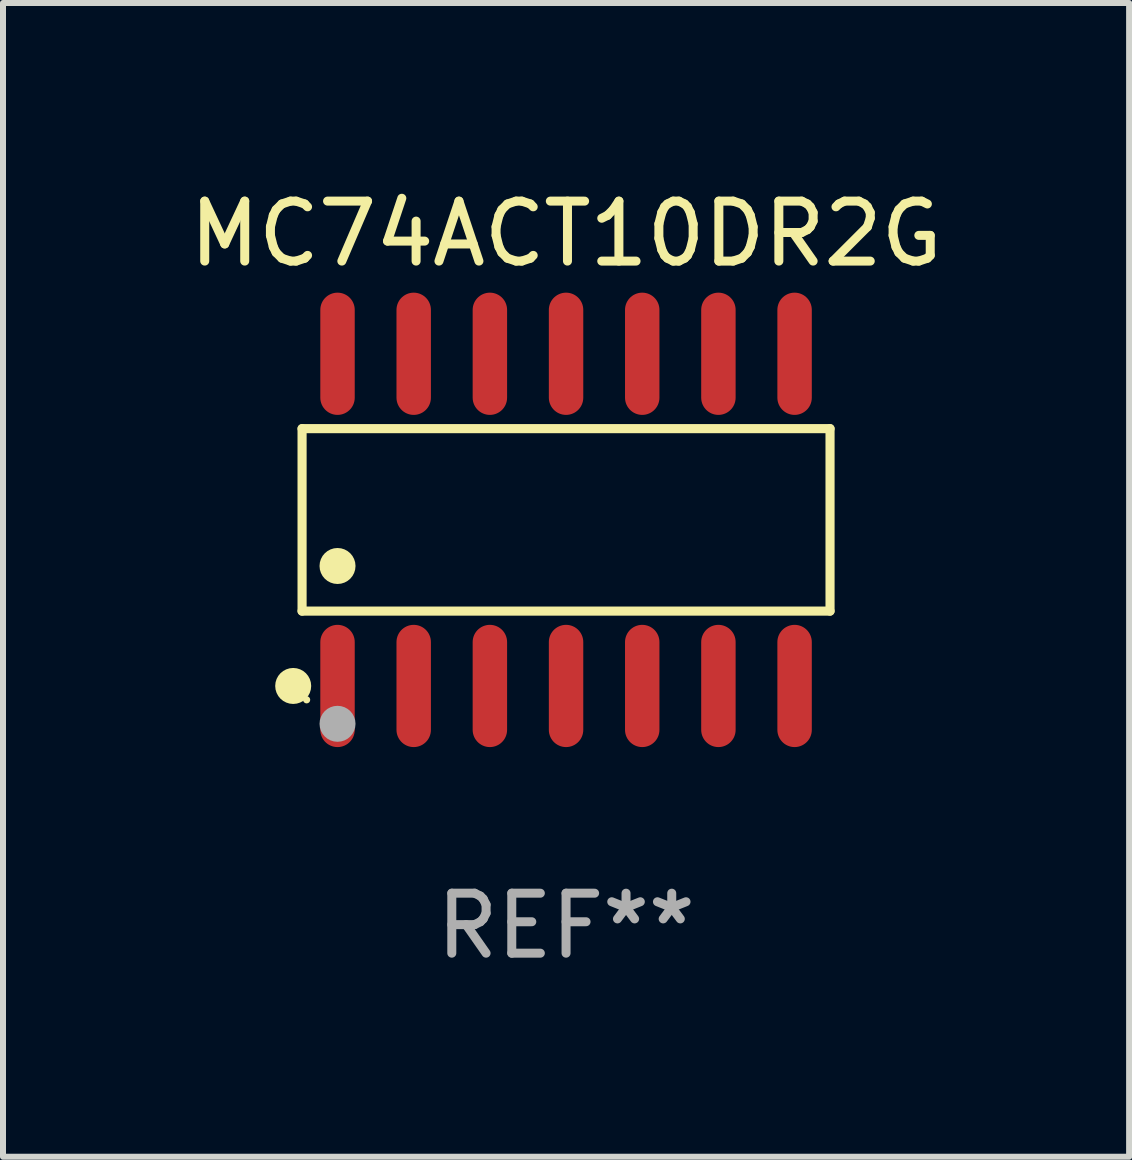
<source format=kicad_pcb>
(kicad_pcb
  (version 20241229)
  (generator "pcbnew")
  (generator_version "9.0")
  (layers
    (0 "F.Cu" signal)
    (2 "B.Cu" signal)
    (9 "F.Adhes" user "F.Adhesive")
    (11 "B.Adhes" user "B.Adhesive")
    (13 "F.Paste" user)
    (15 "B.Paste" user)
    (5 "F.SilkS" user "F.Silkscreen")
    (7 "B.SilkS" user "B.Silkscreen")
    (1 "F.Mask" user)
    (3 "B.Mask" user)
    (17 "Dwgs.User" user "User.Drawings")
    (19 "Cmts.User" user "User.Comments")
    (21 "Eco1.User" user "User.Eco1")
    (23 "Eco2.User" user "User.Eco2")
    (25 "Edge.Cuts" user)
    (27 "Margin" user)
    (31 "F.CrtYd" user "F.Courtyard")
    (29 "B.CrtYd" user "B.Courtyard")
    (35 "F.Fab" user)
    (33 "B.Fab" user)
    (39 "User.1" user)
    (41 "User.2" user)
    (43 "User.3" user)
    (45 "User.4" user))
  (footprint "MC74ACT10DR2G"
    (layer "F.Cu")
    (at 6.387 5.617)
    (property "Reference" "MC74ACT10DR2G" (at 0 -4.769 0) (layer "F.SilkS") (effects (font (size 1 1) (thickness 0.15))))
    (attr through_hole)
    (fp_line (start -4.401 -1.521) (end 4.401 -1.521) (stroke (width 0.152) (type solid)) (layer "F.SilkS"))
    (fp_line (start -4.401 1.521) (end -4.401 -1.521) (stroke (width 0.152) (type solid)) (layer "F.SilkS"))
    (fp_line (start 4.401 -1.521) (end 4.401 1.521) (stroke (width 0.152) (type solid)) (layer "F.SilkS"))
    (fp_line (start 4.401 1.521) (end -4.401 1.521) (stroke (width 0.152) (type solid)) (layer "F.SilkS"))
    (fp_circle (center -4.549 2.769) (end -4.399 2.769) (stroke (width 0.3) (type solid)) (fill no) (layer "F.SilkS"))
    (fp_circle (center -4.325 3) (end -4.295 3) (stroke (width 0.06) (type solid)) (fill no) (layer "F.SilkS"))
    (fp_circle (center -3.81 0.769) (end -3.66 0.769) (stroke (width 0.3) (type solid)) (fill no) (layer "F.SilkS"))
    (fp_circle (center -3.81 3.4) (end -3.66 3.4) (stroke (width 0.3) (type solid)) (fill no) (layer "F.Fab"))
    (fp_text user "REF**" (at 0 6.769 0) (layer "F.Fab") (effects (font (size 1 1) (thickness 0.15))))
    (pad "1" smd oval (at -3.81 2.769) (size 0.574 2.038) (layers "F.Cu" "F.Mask" "F.Paste"))
    (pad "2" smd oval (at -2.54 2.769) (size 0.574 2.038) (layers "F.Cu" "F.Mask" "F.Paste"))
    (pad "3" smd oval (at -1.27 2.769) (size 0.574 2.038) (layers "F.Cu" "F.Mask" "F.Paste"))
    (pad "4" smd oval (at 0 2.769) (size 0.574 2.038) (layers "F.Cu" "F.Mask" "F.Paste"))
    (pad "5" smd oval (at 1.27 2.769) (size 0.574 2.038) (layers "F.Cu" "F.Mask" "F.Paste"))
    (pad "6" smd oval (at 2.54 2.769) (size 0.574 2.038) (layers "F.Cu" "F.Mask" "F.Paste"))
    (pad "7" smd oval (at 3.81 2.769) (size 0.574 2.038) (layers "F.Cu" "F.Mask" "F.Paste"))
    (pad "8" smd oval (at 3.81 -2.769) (size 0.574 2.038) (layers "F.Cu" "F.Mask" "F.Paste"))
    (pad "9" smd oval (at 2.54 -2.769) (size 0.574 2.038) (layers "F.Cu" "F.Mask" "F.Paste"))
    (pad "10" smd oval (at 1.27 -2.769) (size 0.574 2.038) (layers "F.Cu" "F.Mask" "F.Paste"))
    (pad "11" smd oval (at 0 -2.769) (size 0.574 2.038) (layers "F.Cu" "F.Mask" "F.Paste"))
    (pad "12" smd oval (at -1.27 -2.769) (size 0.574 2.038) (layers "F.Cu" "F.Mask" "F.Paste"))
    (pad "13" smd oval (at -2.54 -2.769) (size 0.574 2.038) (layers "F.Cu" "F.Mask" "F.Paste"))
    (pad "14" smd oval (at -3.81 -2.769) (size 0.574 2.038) (layers "F.Cu" "F.Mask" "F.Paste")))
  (gr_rect
    (start -3 -3)
    (end 15.774 16.235)
    (stroke (width 0.1) (type default))
    (fill no)
    (layer "Edge.Cuts")))
</source>
